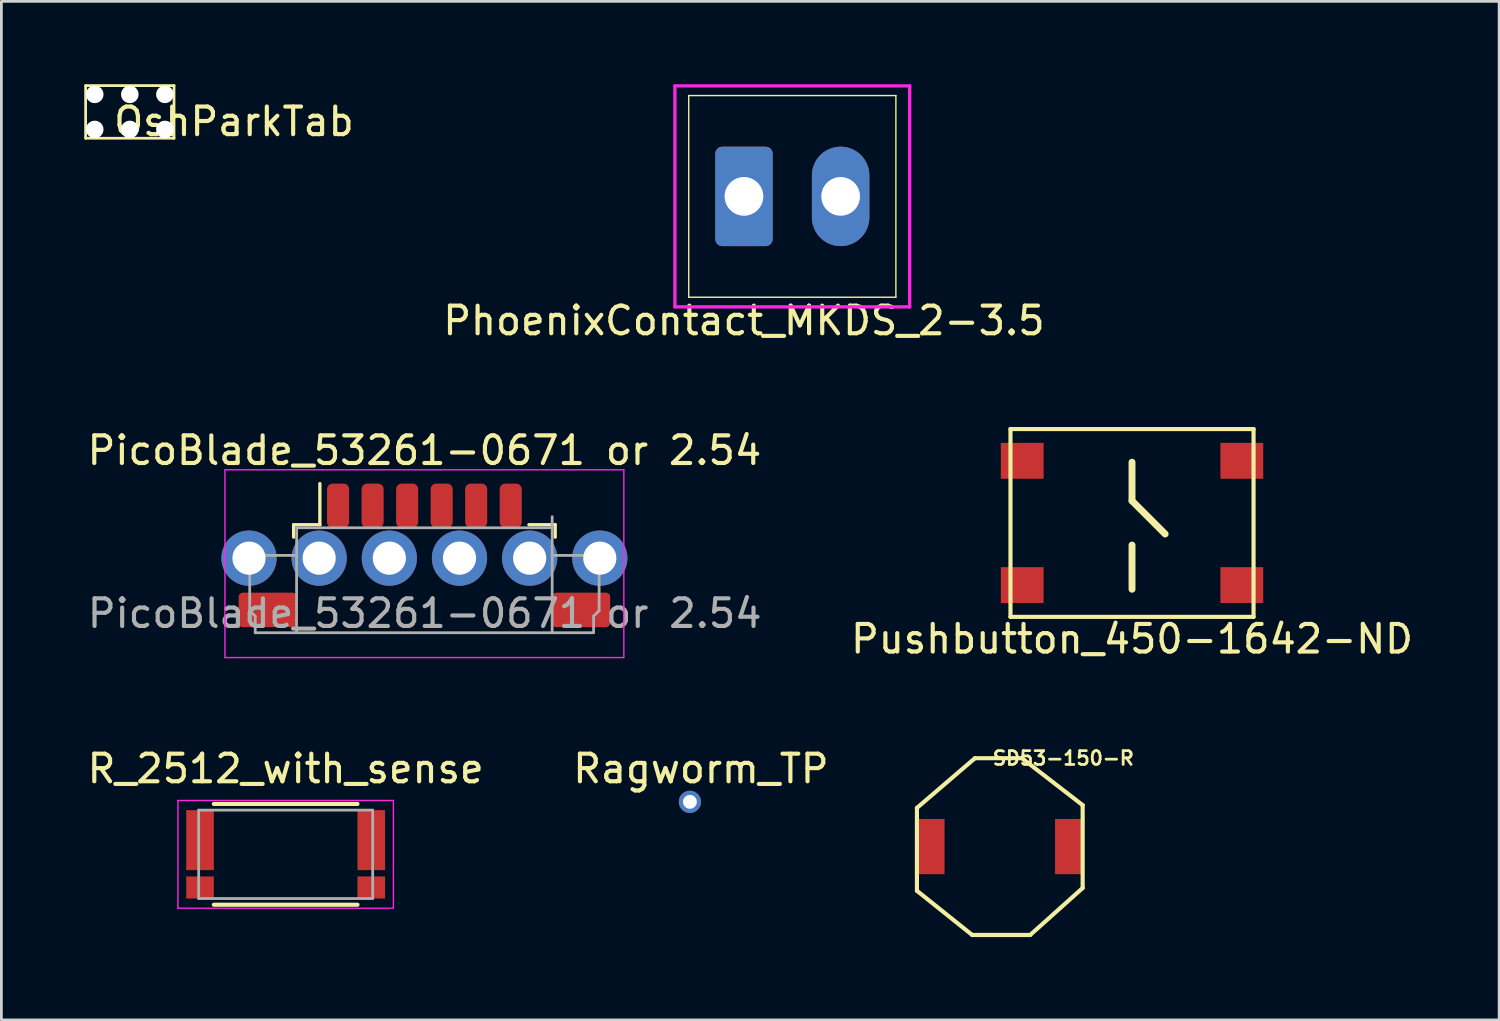
<source format=kicad_pcb>
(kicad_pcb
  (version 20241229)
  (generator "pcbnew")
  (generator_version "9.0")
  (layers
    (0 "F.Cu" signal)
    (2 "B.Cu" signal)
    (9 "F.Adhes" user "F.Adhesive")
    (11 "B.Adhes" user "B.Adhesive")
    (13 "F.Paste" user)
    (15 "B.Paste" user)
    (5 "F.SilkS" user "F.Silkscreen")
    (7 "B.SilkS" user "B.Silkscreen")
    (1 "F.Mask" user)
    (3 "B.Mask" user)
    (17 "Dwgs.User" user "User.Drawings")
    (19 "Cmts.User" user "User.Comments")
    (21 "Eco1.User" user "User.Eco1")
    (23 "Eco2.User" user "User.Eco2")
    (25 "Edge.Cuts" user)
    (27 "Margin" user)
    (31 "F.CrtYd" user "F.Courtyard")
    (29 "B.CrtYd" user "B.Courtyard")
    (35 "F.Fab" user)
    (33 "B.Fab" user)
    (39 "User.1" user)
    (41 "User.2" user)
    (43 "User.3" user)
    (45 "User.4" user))
  (footprint "PhoenixContact_MKDS_2-3.5"
    (layer "F.Cu")
    (at 23.884 4.06)
    (property "Reference" "PhoenixContact_MKDS_2-3.5" (at 0 4.5 180) (layer "F.SilkS") (effects (font (size 1 1) (thickness 0.15))))
    (attr through_hole)
    (fp_line (start -2 3.65) (end -2 -3.65) (stroke (width 0.05) (type solid)) (layer "F.SilkS"))
    (fp_line (start 5.5 -3.65) (end -2 -3.65) (stroke (width 0.05) (type solid)) (layer "F.SilkS"))
    (fp_line (start 5.5 3.65) (end -2 3.65) (stroke (width 0.05) (type solid)) (layer "F.SilkS"))
    (fp_line (start 5.5 3.65) (end 5.5 -3.65) (stroke (width 0.05) (type solid)) (layer "F.SilkS"))
    (fp_line (start -2.5 -4) (end -2.5 4) (stroke (width 0.12) (type solid)) (layer "F.CrtYd"))
    (fp_line (start -2.5 4) (end 6 4) (stroke (width 0.12) (type solid)) (layer "F.CrtYd"))
    (fp_line (start 6 -4) (end -2.5 -4) (stroke (width 0.12) (type solid)) (layer "F.CrtYd"))
    (fp_line (start 6 4) (end 6 -4) (stroke (width 0.12) (type solid)) (layer "F.CrtYd"))
    (pad "1" thru_hole roundrect (at 0 0) (size 2.08 3.6) (drill 1.4) (layers "*.Cu" "*.Mask") (roundrect_rratio 0.12))
    (pad "2" thru_hole oval (at 3.5 0) (size 2.08 3.6) (drill 1.4) (layers "*.Cu" "*.Mask")))
  (footprint "PicoBlade_53261-0671 or 2.54"
    (layer "F.Cu")
    (at 12.315 17.657)
    (property "Reference" "PicoBlade_53261-0671 or 2.54" (at 0 -4.4 0) (layer "F.SilkS") (effects (font (size 1 1) (thickness 0.15))))
    (attr smd)
    (fp_line (start -4.735 -1.71) (end -3.785 -1.71) (stroke (width 0.12) (type solid)) (layer "F.SilkS"))
    (fp_line (start -4.735 -1.26) (end -4.735 -1.71) (stroke (width 0.12) (type solid)) (layer "F.SilkS"))
    (fp_line (start -3.785 -1.71) (end -3.785 -3.2) (stroke (width 0.12) (type solid)) (layer "F.SilkS"))
    (fp_line (start 4.735 -1.71) (end 3.785 -1.71) (stroke (width 0.12) (type solid)) (layer "F.SilkS"))
    (fp_line (start 4.735 -1.26) (end 4.735 -1.71) (stroke (width 0.12) (type solid)) (layer "F.SilkS"))
    (fp_line (start -7.22 -3.7) (end -7.22 3.1) (stroke (width 0.05) (type solid)) (layer "F.CrtYd"))
    (fp_line (start -7.22 3.1) (end 7.22 3.1) (stroke (width 0.05) (type solid)) (layer "F.CrtYd"))
    (fp_line (start 7.22 -3.7) (end -7.22 -3.7) (stroke (width 0.05) (type solid)) (layer "F.CrtYd"))
    (fp_line (start 7.22 3.1) (end 7.22 -3.7) (stroke (width 0.05) (type solid)) (layer "F.CrtYd"))
    (fp_line (start -6.325 -0.4) (end -6.325 1.4) (stroke (width 0.1) (type solid)) (layer "F.Fab"))
    (fp_line (start -6.325 1.4) (end -6.125 1.6) (stroke (width 0.1) (type solid)) (layer "F.Fab"))
    (fp_line (start -6.125 -0.6) (end -6.325 -0.4) (stroke (width 0.1) (type solid)) (layer "F.Fab"))
    (fp_line (start -6.125 1.6) (end -6.125 2.2) (stroke (width 0.1) (type solid)) (layer "F.Fab"))
    (fp_line (start -6.125 2.2) (end -4.625 2.2) (stroke (width 0.1) (type solid)) (layer "F.Fab"))
    (fp_line (start -4.625 -1.6) (end -4.63 2.19) (stroke (width 0.1) (type solid)) (layer "F.Fab"))
    (fp_line (start -4.625 -1.6) (end 4.625 -1.6) (stroke (width 0.1) (type solid)) (layer "F.Fab"))
    (fp_line (start -4.625 -0.6) (end -6.125 -0.6) (stroke (width 0.1) (type solid)) (layer "F.Fab"))
    (fp_line (start -4.62 2.2) (end 4.63 2.2) (stroke (width 0.1) (type solid)) (layer "F.Fab"))
    (fp_line (start 4.625 -2) (end 4.625 2.2) (stroke (width 0.1) (type solid)) (layer "F.Fab"))
    (fp_line (start 4.625 -0.6) (end 6.125 -0.6) (stroke (width 0.1) (type solid)) (layer "F.Fab"))
    (fp_line (start 6.125 -0.6) (end 6.325 -0.4) (stroke (width 0.1) (type solid)) (layer "F.Fab"))
    (fp_line (start 6.125 1.6) (end 6.125 2.2) (stroke (width 0.1) (type solid)) (layer "F.Fab"))
    (fp_line (start 6.125 2.2) (end 4.625 2.2) (stroke (width 0.1) (type solid)) (layer "F.Fab"))
    (fp_line (start 6.325 -0.4) (end 6.325 1.4) (stroke (width 0.1) (type solid)) (layer "F.Fab"))
    (fp_line (start 6.325 1.4) (end 6.125 1.6) (stroke (width 0.1) (type solid)) (layer "F.Fab"))
    (fp_text user "${REFERENCE}" (at 0.01 1.5 0) (layer "F.Fab") (effects (font (size 1 1) (thickness 0.15))))
    (pad "1" thru_hole circle (at -6.35 -0.5) (size 2 2) (drill 1.2) (layers "*.Cu" "*.Mask"))
    (pad "1" smd roundrect (at -3.125 -2.4) (size 0.8 1.6) (layers "F.Cu" "F.Mask") (roundrect_rratio 0.25))
    (pad "2" thru_hole circle (at -3.81 -0.5) (size 2 2) (drill 1.2) (layers "*.Cu" "*.Mask"))
    (pad "2" smd roundrect (at -1.875 -2.4) (size 0.8 1.6) (layers "F.Cu" "F.Mask") (roundrect_rratio 0.25))
    (pad "3" thru_hole circle (at -1.27 -0.5) (size 2 2) (drill 1.2) (layers "*.Cu" "*.Mask"))
    (pad "3" smd roundrect (at -0.625 -2.4) (size 0.8 1.6) (layers "F.Cu" "F.Mask") (roundrect_rratio 0.25))
    (pad "4" smd roundrect (at 0.625 -2.4) (size 0.8 1.6) (layers "F.Cu" "F.Mask") (roundrect_rratio 0.25))
    (pad "4" thru_hole circle (at 1.27 -0.5) (size 2 2) (drill 1.2) (layers "*.Cu" "*.Mask"))
    (pad "5" smd roundrect (at 1.875 -2.4) (size 0.8 1.6) (layers "F.Cu" "F.Mask") (roundrect_rratio 0.25))
    (pad "5" thru_hole circle (at 3.81 -0.5) (size 2 2) (drill 1.2) (layers "*.Cu" "*.Mask"))
    (pad "6" smd roundrect (at 3.125 -2.4) (size 0.8 1.6) (layers "F.Cu" "F.Mask") (roundrect_rratio 0.25))
    (pad "6" thru_hole circle (at 6.35 -0.5) (size 2 2) (drill 1.2) (layers "*.Cu" "*.Mask"))
    (pad "MP" smd roundrect (at -5.675 1.375) (size 2.1 1.25) (layers "F.Cu" "F.Mask") (roundrect_rratio 0.119))
    (pad "MP" smd roundrect (at 5.675 1.375) (size 2.1 1.25) (layers "F.Cu" "F.Mask") (roundrect_rratio 0.119)))
  (footprint "Pushbutton_450-1642-ND"
    (layer "F.Cu")
    (at 37.933 15.883)
    (property "Reference" "Pushbutton_450-1642-ND" (at 0 4.2 0) (layer "F.SilkS") (effects (font (size 1 1) (thickness 0.15))))
    (attr through_hole)
    (fp_line (start -4.4 -3.4) (end 4.4 -3.4) (stroke (width 0.15) (type solid)) (layer "F.SilkS"))
    (fp_line (start -4.4 3.4) (end -4.4 -3.4) (stroke (width 0.15) (type solid)) (layer "F.SilkS"))
    (fp_line (start 0 -2.2) (end 0 -0.8) (stroke (width 0.25) (type solid)) (layer "F.SilkS"))
    (fp_line (start 0 -0.8) (end 1.2 0.4) (stroke (width 0.25) (type solid)) (layer "F.SilkS"))
    (fp_line (start 0 0.8) (end 0 2.4) (stroke (width 0.25) (type solid)) (layer "F.SilkS"))
    (fp_line (start 4.4 -3.4) (end 4.4 3.4) (stroke (width 0.15) (type solid)) (layer "F.SilkS"))
    (fp_line (start 4.4 3.4) (end -4.4 3.4) (stroke (width 0.15) (type solid)) (layer "F.SilkS"))
    (pad "1" smd rect (at -3.975 -2.25) (size 1.55 1.3) (layers "F.Cu" "F.Mask" "F.Paste"))
    (pad "1" smd rect (at 3.975 -2.25) (size 1.55 1.3) (layers "F.Cu" "F.Mask" "F.Paste"))
    (pad "2" smd rect (at -3.975 2.25) (size 1.55 1.3) (layers "F.Cu" "F.Mask" "F.Paste"))
    (pad "2" smd rect (at 3.975 2.25) (size 1.55 1.3) (layers "F.Cu" "F.Mask" "F.Paste")))
  (footprint "Ragworm_TP"
    (layer "F.Cu")
    (at 21.927 25.98)
    (property "Reference" "Ragworm_TP" (at 0.4 -1.2 0) (layer "F.SilkS") (effects (font (size 1 1) (thickness 0.15))))
    (attr through_hole)
    (pad "1" thru_hole circle (at 0 0) (size 0.805 0.805) (drill 0.5) (layers "*.Cu" "*.Mask")))
  (footprint "OshParkTab"
    (layer "F.Cu")
    (at 1.65 1.002)
    (property "Reference" "OshParkTab" (at 3.77 0.35 0) (layer "F.SilkS") (effects (font (size 1 1) (thickness 0.15))))
    (attr through_hole)
    (fp_line (start -1.6 -0.953) (end -1.6 0.953) (stroke (width 0.1) (type solid)) (layer "F.SilkS"))
    (fp_line (start -1.6 -0.953) (end 1.6 -0.953) (stroke (width 0.1) (type solid)) (layer "F.SilkS"))
    (fp_line (start -1.6 0.953) (end 1.6 0.953) (stroke (width 0.1) (type solid)) (layer "F.SilkS"))
    (fp_line (start 1.6 -0.953) (end 1.6 0.953) (stroke (width 0.1) (type solid)) (layer "F.SilkS"))
    (pad "" np_thru_hole circle (at -1.27 -0.635) (size 0.635 0.635) (drill 0.635) (layers "*.Cu" "*.Mask"))
    (pad "" np_thru_hole circle (at -1.27 0.635) (size 0.635 0.635) (drill 0.635) (layers "*.Cu" "*.Mask"))
    (pad "" np_thru_hole circle (at 0 -0.635) (size 0.635 0.635) (drill 0.635) (layers "*.Cu" "*.Mask"))
    (pad "" np_thru_hole circle (at 0 0.635) (size 0.635 0.635) (drill 0.635) (layers "*.Cu" "*.Mask"))
    (pad "" np_thru_hole circle (at 1.27 -0.635) (size 0.635 0.635) (drill 0.635) (layers "*.Cu" "*.Mask"))
    (pad "" np_thru_hole circle (at 1.27 0.635) (size 0.635 0.635) (drill 0.635) (layers "*.Cu" "*.Mask")))
  (footprint "SD53-150-R"
    (layer "F.Cu")
    (at 33.146 27.599)
    (property "Reference" "SD53-150-R" (at 2.3 -3.2 0) (layer "F.SilkS") (effects (font (size 0.5 0.5) (thickness 0.1))))
    (attr through_hole)
    (fp_line (start -3 -1.4) (end -0.9 -3.2) (stroke (width 0.15) (type solid)) (layer "F.SilkS"))
    (fp_line (start -3 0) (end -3 -1.4) (stroke (width 0.15) (type solid)) (layer "F.SilkS"))
    (fp_line (start -3 1.6) (end -3 0) (stroke (width 0.15) (type solid)) (layer "F.SilkS"))
    (fp_line (start -1 3.2) (end -3 1.6) (stroke (width 0.15) (type solid)) (layer "F.SilkS"))
    (fp_line (start -0.9 -3.2) (end 0.8 -3.2) (stroke (width 0.15) (type solid)) (layer "F.SilkS"))
    (fp_line (start 0.8 -3.2) (end 3 -1.5) (stroke (width 0.15) (type solid)) (layer "F.SilkS"))
    (fp_line (start 1.1 3.2) (end -1 3.2) (stroke (width 0.15) (type solid)) (layer "F.SilkS"))
    (fp_line (start 3 -1.5) (end 3 1.5) (stroke (width 0.15) (type solid)) (layer "F.SilkS"))
    (fp_line (start 3 1.5) (end 1.1 3.2) (stroke (width 0.15) (type solid)) (layer "F.SilkS"))
    (pad "1" smd rect (at 2.5 0) (size 1 2) (layers "F.Cu" "F.Mask" "F.Paste"))
    (pad "2" smd rect (at -2.5 0) (size 1 2) (layers "F.Cu" "F.Mask" "F.Paste")))
  (footprint "R_2512_with_sense"
    (layer "F.Cu")
    (at 7.292 27.88)
    (property "Reference" "R_2512_with_sense" (at 0 -3.1 0) (layer "F.SilkS") (effects (font (size 1 1) (thickness 0.15))))
    (attr smd)
    (fp_line (start -2.6 -1.825) (end 2.6 -1.825) (stroke (width 0.15) (type solid)) (layer "F.SilkS"))
    (fp_line (start 2.6 1.825) (end -2.6 1.825) (stroke (width 0.15) (type solid)) (layer "F.SilkS"))
    (fp_line (start -3.9 -1.95) (end -3.9 1.95) (stroke (width 0.05) (type solid)) (layer "F.CrtYd"))
    (fp_line (start -3.9 -1.95) (end 3.9 -1.95) (stroke (width 0.05) (type solid)) (layer "F.CrtYd"))
    (fp_line (start -3.9 1.95) (end 3.9 1.95) (stroke (width 0.05) (type solid)) (layer "F.CrtYd"))
    (fp_line (start 3.9 -1.95) (end 3.9 1.95) (stroke (width 0.05) (type solid)) (layer "F.CrtYd"))
    (fp_line (start -3.15 -1.6) (end 3.15 -1.6) (stroke (width 0.1) (type solid)) (layer "F.Fab"))
    (fp_line (start -3.15 1.6) (end -3.15 -1.6) (stroke (width 0.1) (type solid)) (layer "F.Fab"))
    (fp_line (start 3.15 -1.6) (end 3.15 1.6) (stroke (width 0.1) (type solid)) (layer "F.Fab"))
    (fp_line (start 3.15 1.6) (end -3.15 1.6) (stroke (width 0.1) (type solid)) (layer "F.Fab"))
    (pad "1" smd rect (at -3.1 -0.514) (size 1 2.171) (layers "F.Cu" "F.Mask" "F.Paste"))
    (pad "2" smd rect (at -3.1 1.2) (size 1 0.8) (layers "F.Cu" "F.Mask" "F.Paste"))
    (pad "3" smd rect (at 3.1 1.2) (size 1 0.8) (layers "F.Cu" "F.Mask" "F.Paste"))
    (pad "4" smd rect (at 3.1 -0.514) (size 1 2.171) (layers "F.Cu" "F.Mask" "F.Paste")))
  (gr_rect
    (start -3 -3)
    (end 51.224 33.874)
    (stroke (width 0.1) (type default))
    (fill no)
    (layer "Edge.Cuts")))
</source>
